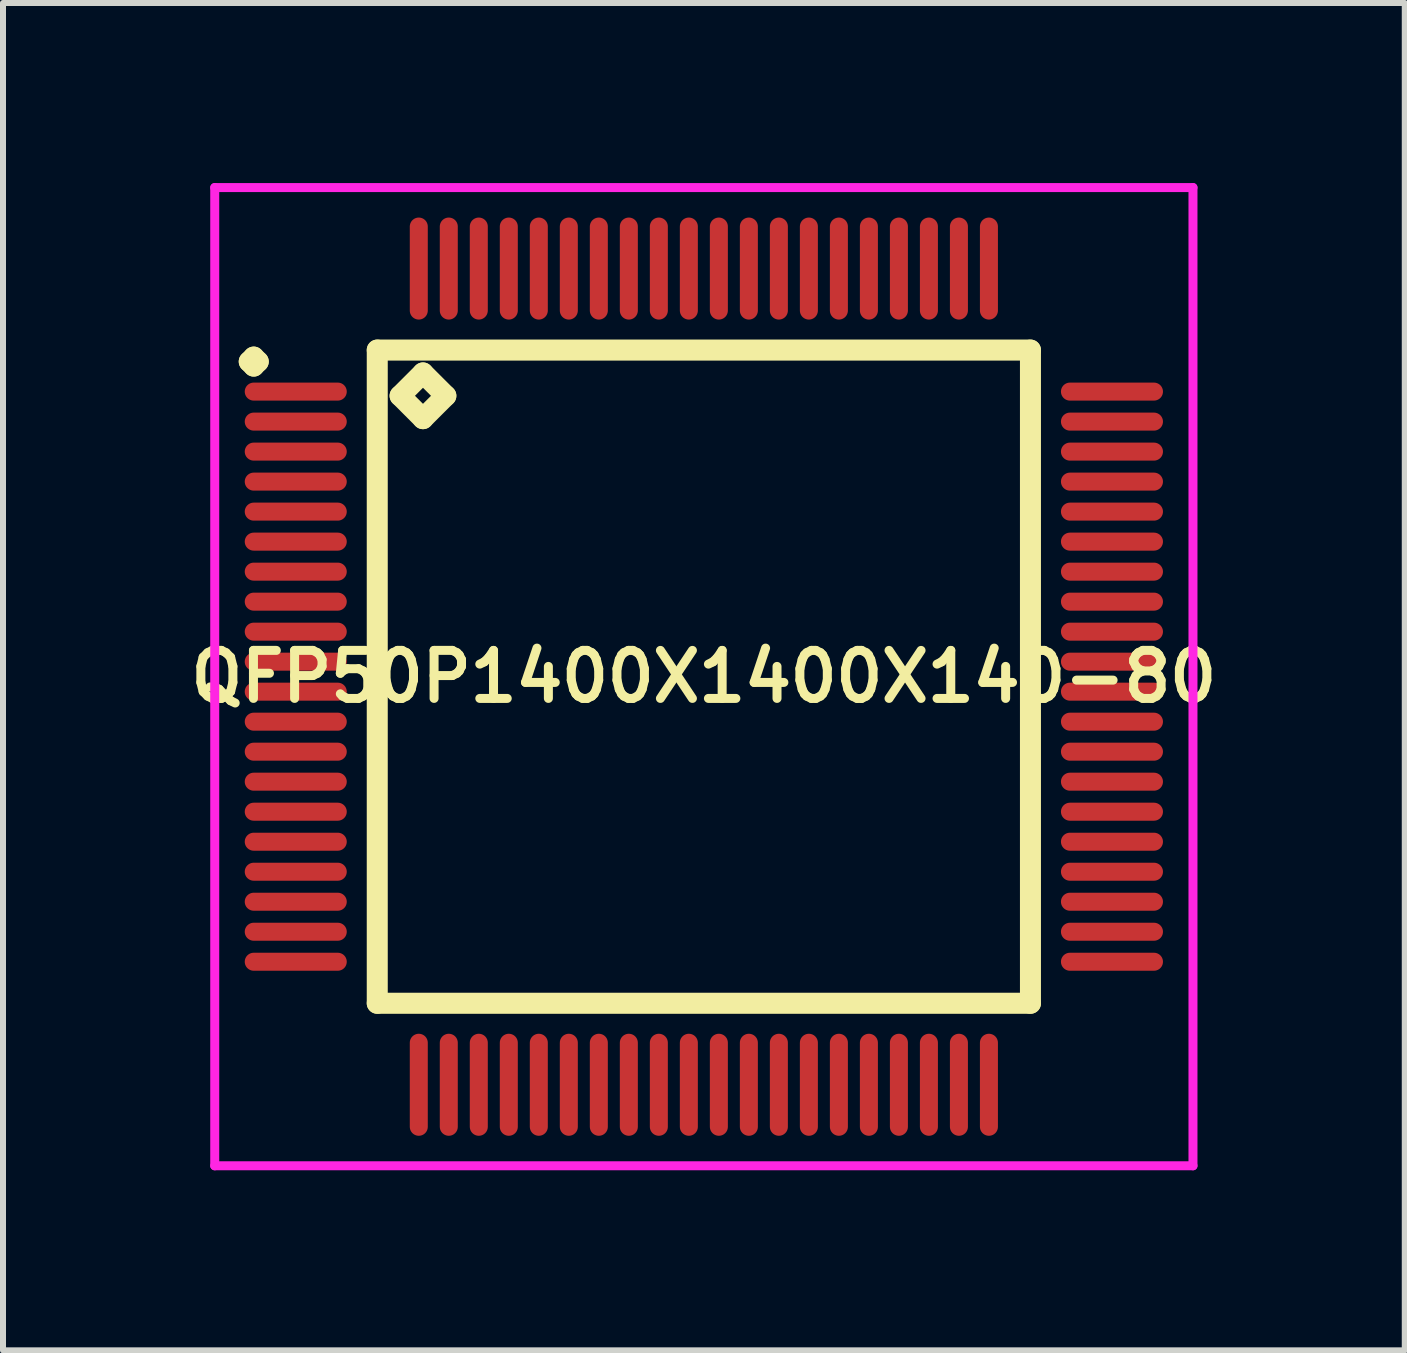
<source format=kicad_pcb>
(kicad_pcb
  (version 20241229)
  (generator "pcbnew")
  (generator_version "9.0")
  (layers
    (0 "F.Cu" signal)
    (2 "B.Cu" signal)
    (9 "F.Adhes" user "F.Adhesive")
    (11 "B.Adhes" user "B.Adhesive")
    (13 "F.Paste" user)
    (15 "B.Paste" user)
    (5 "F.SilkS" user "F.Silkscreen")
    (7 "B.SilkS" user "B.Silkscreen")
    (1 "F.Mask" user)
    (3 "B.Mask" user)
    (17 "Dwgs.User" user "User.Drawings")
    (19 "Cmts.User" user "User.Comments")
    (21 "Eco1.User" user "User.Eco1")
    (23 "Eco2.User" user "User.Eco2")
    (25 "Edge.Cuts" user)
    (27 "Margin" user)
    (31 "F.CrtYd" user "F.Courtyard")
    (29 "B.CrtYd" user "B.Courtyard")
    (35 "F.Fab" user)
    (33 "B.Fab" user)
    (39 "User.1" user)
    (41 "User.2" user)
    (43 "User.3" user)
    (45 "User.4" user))
  (footprint "QFP50P1400X1400X140-80"
    (layer "F.Cu")
    (at 8.678 8.225)
    (property "Reference" "QFP50P1400X1400X140-80" (at 0 0 0) (layer "F.SilkS") (effects (font (size 0.8 0.8) (thickness 0.15))))
    (attr through_hole)
    (fp_line (start -7.575 -5.25) (end -7.5 -5.325) (stroke (width 0.35) (type solid)) (layer "F.SilkS"))
    (fp_line (start -7.5 -5.325) (end -7.425 -5.25) (stroke (width 0.35) (type solid)) (layer "F.SilkS"))
    (fp_line (start -7.5 -5.175) (end -7.575 -5.25) (stroke (width 0.35) (type solid)) (layer "F.SilkS"))
    (fp_line (start -7.425 -5.25) (end -7.5 -5.175) (stroke (width 0.35) (type solid)) (layer "F.SilkS"))
    (fp_line (start -5.442 -5.442) (end -5.442 5.442) (stroke (width 0.35) (type solid)) (layer "F.SilkS"))
    (fp_line (start -5.442 5.442) (end 5.442 5.442) (stroke (width 0.35) (type solid)) (layer "F.SilkS"))
    (fp_line (start -5.061 -4.68) (end -4.68 -5.061) (stroke (width 0.35) (type solid)) (layer "F.SilkS"))
    (fp_line (start -4.68 -5.061) (end -4.299 -4.68) (stroke (width 0.35) (type solid)) (layer "F.SilkS"))
    (fp_line (start -4.68 -4.299) (end -5.061 -4.68) (stroke (width 0.35) (type solid)) (layer "F.SilkS"))
    (fp_line (start -4.299 -4.68) (end -4.68 -4.299) (stroke (width 0.35) (type solid)) (layer "F.SilkS"))
    (fp_line (start 5.442 -5.442) (end -5.442 -5.442) (stroke (width 0.35) (type solid)) (layer "F.SilkS"))
    (fp_line (start 5.442 5.442) (end 5.442 -5.442) (stroke (width 0.35) (type solid)) (layer "F.SilkS"))
    (fp_line (start -8.15 -8.15) (end 8.15 -8.15) (stroke (width 0.15) (type solid)) (layer "F.CrtYd"))
    (fp_line (start -8.15 8.15) (end -8.15 -8.15) (stroke (width 0.15) (type solid)) (layer "F.CrtYd"))
    (fp_line (start 8.15 -8.15) (end 8.15 8.15) (stroke (width 0.15) (type solid)) (layer "F.CrtYd"))
    (fp_line (start 8.15 8.15) (end -8.15 8.15) (stroke (width 0.15) (type solid)) (layer "F.CrtYd"))
    (pad "1" smd oval (at -6.8 -4.75) (size 1.7 0.3) (layers "F.Cu" "F.Mask" "F.Paste"))
    (pad "2" smd oval (at -6.8 -4.25) (size 1.7 0.3) (layers "F.Cu" "F.Mask" "F.Paste"))
    (pad "3" smd oval (at -6.8 -3.75) (size 1.7 0.3) (layers "F.Cu" "F.Mask" "F.Paste"))
    (pad "4" smd oval (at -6.8 -3.25) (size 1.7 0.3) (layers "F.Cu" "F.Mask" "F.Paste"))
    (pad "5" smd oval (at -6.8 -2.75) (size 1.7 0.3) (layers "F.Cu" "F.Mask" "F.Paste"))
    (pad "6" smd oval (at -6.8 -2.25) (size 1.7 0.3) (layers "F.Cu" "F.Mask" "F.Paste"))
    (pad "7" smd oval (at -6.8 -1.75) (size 1.7 0.3) (layers "F.Cu" "F.Mask" "F.Paste"))
    (pad "8" smd oval (at -6.8 -1.25) (size 1.7 0.3) (layers "F.Cu" "F.Mask" "F.Paste"))
    (pad "9" smd oval (at -6.8 -0.75) (size 1.7 0.3) (layers "F.Cu" "F.Mask" "F.Paste"))
    (pad "10" smd oval (at -6.8 -0.25) (size 1.7 0.3) (layers "F.Cu" "F.Mask" "F.Paste"))
    (pad "11" smd oval (at -6.8 0.25) (size 1.7 0.3) (layers "F.Cu" "F.Mask" "F.Paste"))
    (pad "12" smd oval (at -6.8 0.75) (size 1.7 0.3) (layers "F.Cu" "F.Mask" "F.Paste"))
    (pad "13" smd oval (at -6.8 1.25) (size 1.7 0.3) (layers "F.Cu" "F.Mask" "F.Paste"))
    (pad "14" smd oval (at -6.8 1.75) (size 1.7 0.3) (layers "F.Cu" "F.Mask" "F.Paste"))
    (pad "15" smd oval (at -6.8 2.25) (size 1.7 0.3) (layers "F.Cu" "F.Mask" "F.Paste"))
    (pad "16" smd oval (at -6.8 2.75) (size 1.7 0.3) (layers "F.Cu" "F.Mask" "F.Paste"))
    (pad "17" smd oval (at -6.8 3.25) (size 1.7 0.3) (layers "F.Cu" "F.Mask" "F.Paste"))
    (pad "18" smd oval (at -6.8 3.75) (size 1.7 0.3) (layers "F.Cu" "F.Mask" "F.Paste"))
    (pad "19" smd oval (at -6.8 4.25) (size 1.7 0.3) (layers "F.Cu" "F.Mask" "F.Paste"))
    (pad "20" smd oval (at -6.8 4.75) (size 1.7 0.3) (layers "F.Cu" "F.Mask" "F.Paste"))
    (pad "21" smd oval (at -4.75 6.8) (size 0.3 1.7) (layers "F.Cu" "F.Mask" "F.Paste"))
    (pad "22" smd oval (at -4.25 6.8) (size 0.3 1.7) (layers "F.Cu" "F.Mask" "F.Paste"))
    (pad "23" smd oval (at -3.75 6.8) (size 0.3 1.7) (layers "F.Cu" "F.Mask" "F.Paste"))
    (pad "24" smd oval (at -3.25 6.8) (size 0.3 1.7) (layers "F.Cu" "F.Mask" "F.Paste"))
    (pad "25" smd oval (at -2.75 6.8) (size 0.3 1.7) (layers "F.Cu" "F.Mask" "F.Paste"))
    (pad "26" smd oval (at -2.25 6.8) (size 0.3 1.7) (layers "F.Cu" "F.Mask" "F.Paste"))
    (pad "27" smd oval (at -1.75 6.8) (size 0.3 1.7) (layers "F.Cu" "F.Mask" "F.Paste"))
    (pad "28" smd oval (at -1.25 6.8) (size 0.3 1.7) (layers "F.Cu" "F.Mask" "F.Paste"))
    (pad "29" smd oval (at -0.75 6.8) (size 0.3 1.7) (layers "F.Cu" "F.Mask" "F.Paste"))
    (pad "30" smd oval (at -0.25 6.8) (size 0.3 1.7) (layers "F.Cu" "F.Mask" "F.Paste"))
    (pad "31" smd oval (at 0.25 6.8) (size 0.3 1.7) (layers "F.Cu" "F.Mask" "F.Paste"))
    (pad "32" smd oval (at 0.75 6.8) (size 0.3 1.7) (layers "F.Cu" "F.Mask" "F.Paste"))
    (pad "33" smd oval (at 1.25 6.8) (size 0.3 1.7) (layers "F.Cu" "F.Mask" "F.Paste"))
    (pad "34" smd oval (at 1.75 6.8) (size 0.3 1.7) (layers "F.Cu" "F.Mask" "F.Paste"))
    (pad "35" smd oval (at 2.25 6.8) (size 0.3 1.7) (layers "F.Cu" "F.Mask" "F.Paste"))
    (pad "36" smd oval (at 2.75 6.8) (size 0.3 1.7) (layers "F.Cu" "F.Mask" "F.Paste"))
    (pad "37" smd oval (at 3.25 6.8) (size 0.3 1.7) (layers "F.Cu" "F.Mask" "F.Paste"))
    (pad "38" smd oval (at 3.75 6.8) (size 0.3 1.7) (layers "F.Cu" "F.Mask" "F.Paste"))
    (pad "39" smd oval (at 4.25 6.8) (size 0.3 1.7) (layers "F.Cu" "F.Mask" "F.Paste"))
    (pad "40" smd oval (at 4.75 6.8) (size 0.3 1.7) (layers "F.Cu" "F.Mask" "F.Paste"))
    (pad "41" smd oval (at 6.8 4.75) (size 1.7 0.3) (layers "F.Cu" "F.Mask" "F.Paste"))
    (pad "42" smd oval (at 6.8 4.25) (size 1.7 0.3) (layers "F.Cu" "F.Mask" "F.Paste"))
    (pad "43" smd oval (at 6.8 3.75) (size 1.7 0.3) (layers "F.Cu" "F.Mask" "F.Paste"))
    (pad "44" smd oval (at 6.8 3.25) (size 1.7 0.3) (layers "F.Cu" "F.Mask" "F.Paste"))
    (pad "45" smd oval (at 6.8 2.75) (size 1.7 0.3) (layers "F.Cu" "F.Mask" "F.Paste"))
    (pad "46" smd oval (at 6.8 2.25) (size 1.7 0.3) (layers "F.Cu" "F.Mask" "F.Paste"))
    (pad "47" smd oval (at 6.8 1.75) (size 1.7 0.3) (layers "F.Cu" "F.Mask" "F.Paste"))
    (pad "48" smd oval (at 6.8 1.25) (size 1.7 0.3) (layers "F.Cu" "F.Mask" "F.Paste"))
    (pad "49" smd oval (at 6.8 0.75) (size 1.7 0.3) (layers "F.Cu" "F.Mask" "F.Paste"))
    (pad "50" smd oval (at 6.8 0.25) (size 1.7 0.3) (layers "F.Cu" "F.Mask" "F.Paste"))
    (pad "51" smd oval (at 6.8 -0.25) (size 1.7 0.3) (layers "F.Cu" "F.Mask" "F.Paste"))
    (pad "52" smd oval (at 6.8 -0.75) (size 1.7 0.3) (layers "F.Cu" "F.Mask" "F.Paste"))
    (pad "53" smd oval (at 6.8 -1.25) (size 1.7 0.3) (layers "F.Cu" "F.Mask" "F.Paste"))
    (pad "54" smd oval (at 6.8 -1.75) (size 1.7 0.3) (layers "F.Cu" "F.Mask" "F.Paste"))
    (pad "55" smd oval (at 6.8 -2.25) (size 1.7 0.3) (layers "F.Cu" "F.Mask" "F.Paste"))
    (pad "56" smd oval (at 6.8 -2.75) (size 1.7 0.3) (layers "F.Cu" "F.Mask" "F.Paste"))
    (pad "57" smd oval (at 6.8 -3.25) (size 1.7 0.3) (layers "F.Cu" "F.Mask" "F.Paste"))
    (pad "58" smd oval (at 6.8 -3.75) (size 1.7 0.3) (layers "F.Cu" "F.Mask" "F.Paste"))
    (pad "59" smd oval (at 6.8 -4.25) (size 1.7 0.3) (layers "F.Cu" "F.Mask" "F.Paste"))
    (pad "60" smd oval (at 6.8 -4.75) (size 1.7 0.3) (layers "F.Cu" "F.Mask" "F.Paste"))
    (pad "61" smd oval (at 4.75 -6.8) (size 0.3 1.7) (layers "F.Cu" "F.Mask" "F.Paste"))
    (pad "62" smd oval (at 4.25 -6.8) (size 0.3 1.7) (layers "F.Cu" "F.Mask" "F.Paste"))
    (pad "63" smd oval (at 3.75 -6.8) (size 0.3 1.7) (layers "F.Cu" "F.Mask" "F.Paste"))
    (pad "64" smd oval (at 3.25 -6.8) (size 0.3 1.7) (layers "F.Cu" "F.Mask" "F.Paste"))
    (pad "65" smd oval (at 2.75 -6.8) (size 0.3 1.7) (layers "F.Cu" "F.Mask" "F.Paste"))
    (pad "66" smd oval (at 2.25 -6.8) (size 0.3 1.7) (layers "F.Cu" "F.Mask" "F.Paste"))
    (pad "67" smd oval (at 1.75 -6.8) (size 0.3 1.7) (layers "F.Cu" "F.Mask" "F.Paste"))
    (pad "68" smd oval (at 1.25 -6.8) (size 0.3 1.7) (layers "F.Cu" "F.Mask" "F.Paste"))
    (pad "69" smd oval (at 0.75 -6.8) (size 0.3 1.7) (layers "F.Cu" "F.Mask" "F.Paste"))
    (pad "70" smd oval (at 0.25 -6.8) (size 0.3 1.7) (layers "F.Cu" "F.Mask" "F.Paste"))
    (pad "71" smd oval (at -0.25 -6.8) (size 0.3 1.7) (layers "F.Cu" "F.Mask" "F.Paste"))
    (pad "72" smd oval (at -0.75 -6.8) (size 0.3 1.7) (layers "F.Cu" "F.Mask" "F.Paste"))
    (pad "73" smd oval (at -1.25 -6.8) (size 0.3 1.7) (layers "F.Cu" "F.Mask" "F.Paste"))
    (pad "74" smd oval (at -1.75 -6.8) (size 0.3 1.7) (layers "F.Cu" "F.Mask" "F.Paste"))
    (pad "75" smd oval (at -2.25 -6.8) (size 0.3 1.7) (layers "F.Cu" "F.Mask" "F.Paste"))
    (pad "76" smd oval (at -2.75 -6.8) (size 0.3 1.7) (layers "F.Cu" "F.Mask" "F.Paste"))
    (pad "77" smd oval (at -3.25 -6.8) (size 0.3 1.7) (layers "F.Cu" "F.Mask" "F.Paste"))
    (pad "78" smd oval (at -3.75 -6.8) (size 0.3 1.7) (layers "F.Cu" "F.Mask" "F.Paste"))
    (pad "79" smd oval (at -4.25 -6.8) (size 0.3 1.7) (layers "F.Cu" "F.Mask" "F.Paste"))
    (pad "80" smd oval (at -4.75 -6.8) (size 0.3 1.7) (layers "F.Cu" "F.Mask" "F.Paste")))
  (gr_rect
    (start -3 -3)
    (end 20.357 19.45)
    (stroke (width 0.1) (type default))
    (fill no)
    (layer "Edge.Cuts")))
</source>
